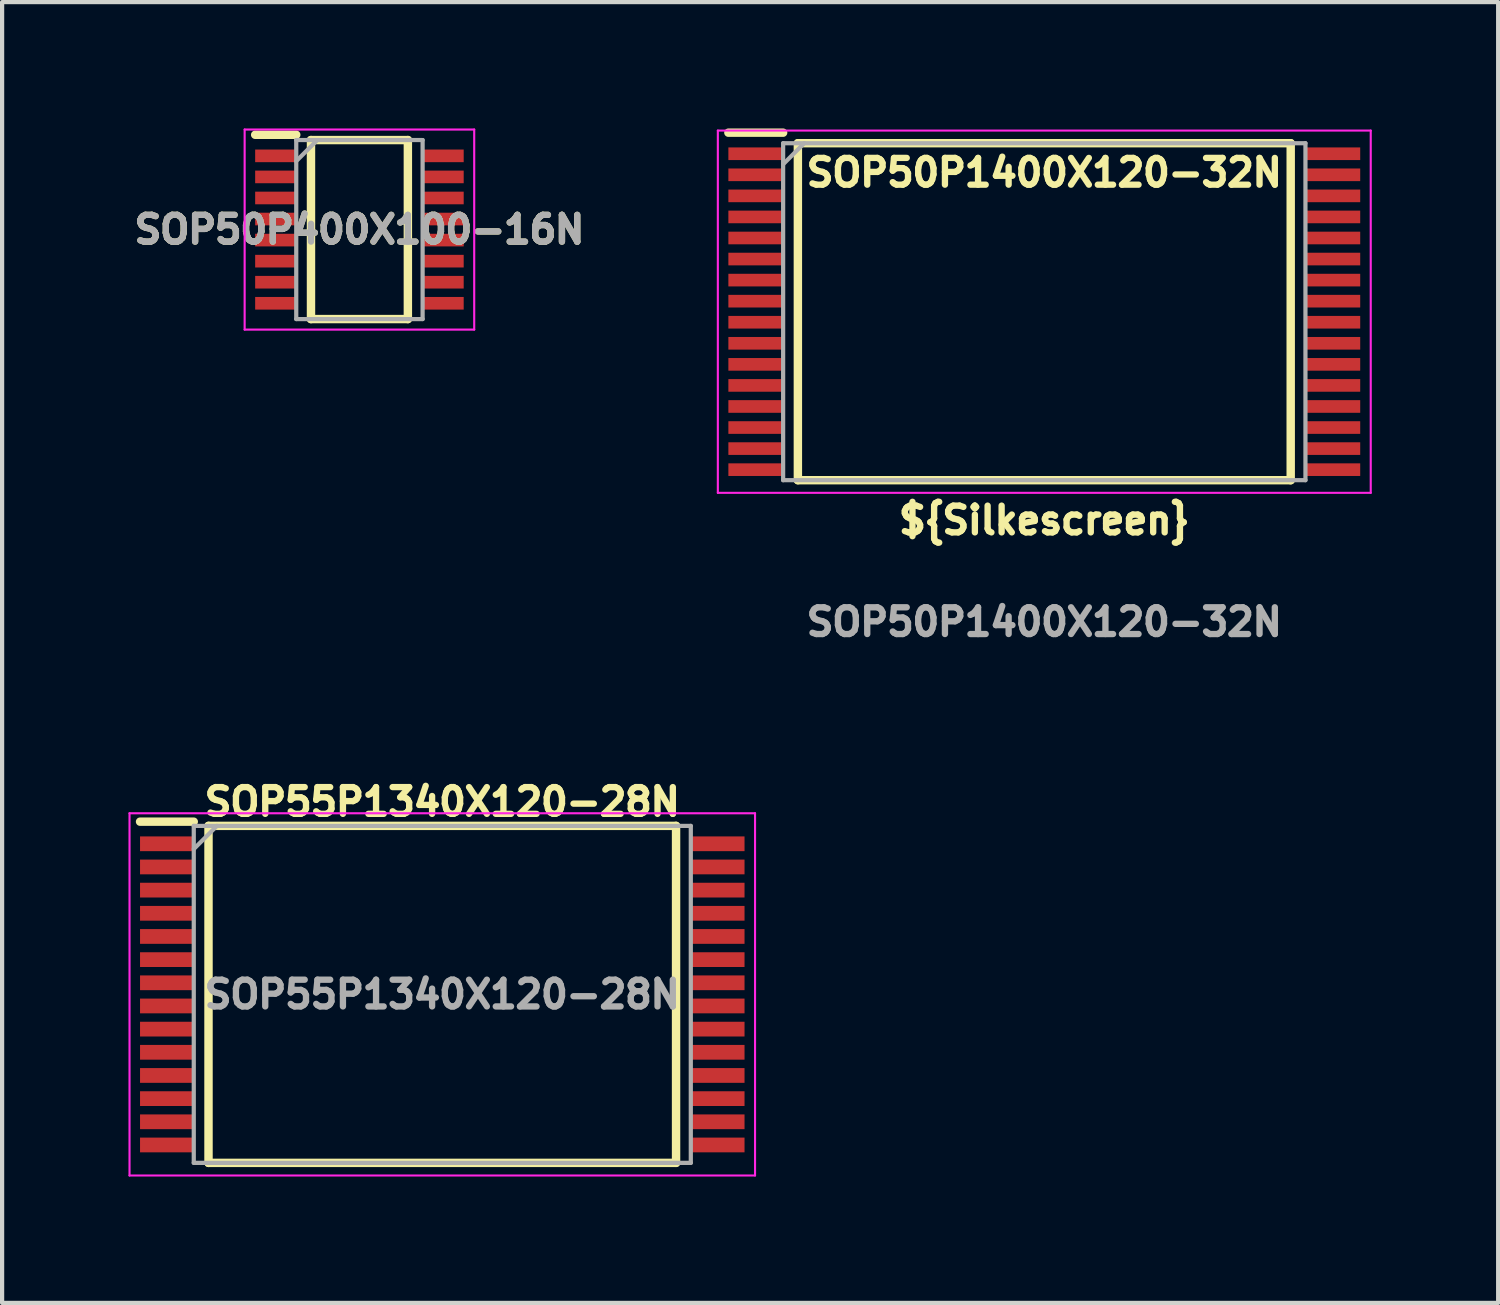
<source format=kicad_pcb>
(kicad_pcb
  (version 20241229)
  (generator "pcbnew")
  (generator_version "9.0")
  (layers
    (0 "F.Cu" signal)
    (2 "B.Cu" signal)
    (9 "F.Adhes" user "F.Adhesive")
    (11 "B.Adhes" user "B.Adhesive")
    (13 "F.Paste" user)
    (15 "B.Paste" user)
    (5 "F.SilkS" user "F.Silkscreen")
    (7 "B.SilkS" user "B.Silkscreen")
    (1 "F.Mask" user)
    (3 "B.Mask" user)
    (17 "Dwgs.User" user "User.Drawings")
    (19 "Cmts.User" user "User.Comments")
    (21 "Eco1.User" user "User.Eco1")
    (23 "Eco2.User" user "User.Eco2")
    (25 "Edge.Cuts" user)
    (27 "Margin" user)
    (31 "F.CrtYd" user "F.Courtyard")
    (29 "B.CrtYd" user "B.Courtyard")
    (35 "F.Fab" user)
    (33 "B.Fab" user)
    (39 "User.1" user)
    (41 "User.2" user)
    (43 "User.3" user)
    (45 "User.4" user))
  (footprint "SOP55P1340X120-28N"
    (layer "F.Cu")
    (at 7.45 20.557)
    (property "Reference" "SOP55P1340X120-28N" (at 0 -4.572 0) (layer "F.SilkS") (effects (font (size 0.635 0.635) (thickness 0.15))))
    (attr smd)
    (fp_line (start -7.175 -4.1) (end -5.9 -4.1) (stroke (width 0.2) (type solid)) (layer "F.SilkS"))
    (fp_line (start -5.55 -4) (end 5.55 -4) (stroke (width 0.2) (type solid)) (layer "F.SilkS"))
    (fp_line (start -5.55 4) (end -5.55 -4) (stroke (width 0.2) (type solid)) (layer "F.SilkS"))
    (fp_line (start 5.55 -4) (end 5.55 4) (stroke (width 0.2) (type solid)) (layer "F.SilkS"))
    (fp_line (start 5.55 4) (end -5.55 4) (stroke (width 0.2) (type solid)) (layer "F.SilkS"))
    (fp_line (start -7.425 -4.3) (end 7.425 -4.3) (stroke (width 0.05) (type solid)) (layer "F.CrtYd"))
    (fp_line (start -7.425 4.3) (end -7.425 -4.3) (stroke (width 0.05) (type solid)) (layer "F.CrtYd"))
    (fp_line (start 7.425 -4.3) (end 7.425 4.3) (stroke (width 0.05) (type solid)) (layer "F.CrtYd"))
    (fp_line (start 7.425 4.3) (end -7.425 4.3) (stroke (width 0.05) (type solid)) (layer "F.CrtYd"))
    (fp_line (start -5.9 -4) (end 5.9 -4) (stroke (width 0.1) (type solid)) (layer "F.Fab"))
    (fp_line (start -5.9 -3.45) (end -5.35 -4) (stroke (width 0.1) (type solid)) (layer "F.Fab"))
    (fp_line (start -5.9 4) (end -5.9 -4) (stroke (width 0.1) (type solid)) (layer "F.Fab"))
    (fp_line (start 5.9 -4) (end 5.9 4) (stroke (width 0.1) (type solid)) (layer "F.Fab"))
    (fp_line (start 5.9 4) (end -5.9 4) (stroke (width 0.1) (type solid)) (layer "F.Fab"))
    (fp_text user "${REFERENCE}" (at 0 0 0) (layer "F.Fab") (effects (font (size 0.635 0.635) (thickness 0.15))))
    (pad "1" smd rect (at -6.538 -3.575 90) (size 0.35 1.275) (layers "F.Cu" "F.Mask" "F.Paste"))
    (pad "2" smd rect (at -6.538 -3.025 90) (size 0.35 1.275) (layers "F.Cu" "F.Mask" "F.Paste"))
    (pad "3" smd rect (at -6.538 -2.475 90) (size 0.35 1.275) (layers "F.Cu" "F.Mask" "F.Paste"))
    (pad "4" smd rect (at -6.538 -1.925 90) (size 0.35 1.275) (layers "F.Cu" "F.Mask" "F.Paste"))
    (pad "5" smd rect (at -6.538 -1.375 90) (size 0.35 1.275) (layers "F.Cu" "F.Mask" "F.Paste"))
    (pad "6" smd rect (at -6.538 -0.825 90) (size 0.35 1.275) (layers "F.Cu" "F.Mask" "F.Paste"))
    (pad "7" smd rect (at -6.538 -0.275 90) (size 0.35 1.275) (layers "F.Cu" "F.Mask" "F.Paste"))
    (pad "8" smd rect (at -6.538 0.275 90) (size 0.35 1.275) (layers "F.Cu" "F.Mask" "F.Paste"))
    (pad "9" smd rect (at -6.538 0.825 90) (size 0.35 1.275) (layers "F.Cu" "F.Mask" "F.Paste"))
    (pad "10" smd rect (at -6.538 1.375 90) (size 0.35 1.275) (layers "F.Cu" "F.Mask" "F.Paste"))
    (pad "11" smd rect (at -6.538 1.925 90) (size 0.35 1.275) (layers "F.Cu" "F.Mask" "F.Paste"))
    (pad "12" smd rect (at -6.538 2.475 90) (size 0.35 1.275) (layers "F.Cu" "F.Mask" "F.Paste"))
    (pad "13" smd rect (at -6.538 3.025 90) (size 0.35 1.275) (layers "F.Cu" "F.Mask" "F.Paste"))
    (pad "14" smd rect (at -6.538 3.575 90) (size 0.35 1.275) (layers "F.Cu" "F.Mask" "F.Paste"))
    (pad "15" smd rect (at 6.538 3.575 90) (size 0.35 1.275) (layers "F.Cu" "F.Mask" "F.Paste"))
    (pad "16" smd rect (at 6.538 3.025 90) (size 0.35 1.275) (layers "F.Cu" "F.Mask" "F.Paste"))
    (pad "17" smd rect (at 6.538 2.475 90) (size 0.35 1.275) (layers "F.Cu" "F.Mask" "F.Paste"))
    (pad "18" smd rect (at 6.538 1.925 90) (size 0.35 1.275) (layers "F.Cu" "F.Mask" "F.Paste"))
    (pad "19" smd rect (at 6.538 1.375 90) (size 0.35 1.275) (layers "F.Cu" "F.Mask" "F.Paste"))
    (pad "20" smd rect (at 6.538 0.825 90) (size 0.35 1.275) (layers "F.Cu" "F.Mask" "F.Paste"))
    (pad "21" smd rect (at 6.538 0.275 90) (size 0.35 1.275) (layers "F.Cu" "F.Mask" "F.Paste"))
    (pad "22" smd rect (at 6.538 -0.275 90) (size 0.35 1.275) (layers "F.Cu" "F.Mask" "F.Paste"))
    (pad "23" smd rect (at 6.538 -0.825 90) (size 0.35 1.275) (layers "F.Cu" "F.Mask" "F.Paste"))
    (pad "24" smd rect (at 6.538 -1.375 90) (size 0.35 1.275) (layers "F.Cu" "F.Mask" "F.Paste"))
    (pad "25" smd rect (at 6.538 -1.925 90) (size 0.35 1.275) (layers "F.Cu" "F.Mask" "F.Paste"))
    (pad "26" smd rect (at 6.538 -2.475 90) (size 0.35 1.275) (layers "F.Cu" "F.Mask" "F.Paste"))
    (pad "27" smd rect (at 6.538 -3.025 90) (size 0.35 1.275) (layers "F.Cu" "F.Mask" "F.Paste"))
    (pad "28" smd rect (at 6.538 -3.575 90) (size 0.35 1.275) (layers "F.Cu" "F.Mask" "F.Paste")))
  (footprint "SOP50P1400X120-32N"
    (layer "F.Cu")
    (at 21.742 4.35)
    (property "Reference" "SOP50P1400X120-32N" (at 0 -3.302 0) (layer "F.SilkS") (effects (font (size 0.635 0.635) (thickness 0.15) (bold yes))))
    (property "Silkscreen" "${Silkescreen}" (at 0 4.953 0) (layer "F.SilkS") (effects (font (size 0.635 0.635) (thickness 0.15))))
    (attr smd)
    (fp_line (start -7.5 -4.25) (end -6.2 -4.25) (stroke (width 0.2) (type solid)) (layer "F.SilkS"))
    (fp_line (start -5.85 -4) (end 5.85 -4) (stroke (width 0.2) (type solid)) (layer "F.SilkS"))
    (fp_line (start -5.85 4) (end -5.85 -4) (stroke (width 0.2) (type solid)) (layer "F.SilkS"))
    (fp_line (start 5.85 -4) (end 5.85 4) (stroke (width 0.2) (type solid)) (layer "F.SilkS"))
    (fp_line (start 5.85 4) (end -5.85 4) (stroke (width 0.2) (type solid)) (layer "F.SilkS"))
    (fp_line (start -7.75 -4.3) (end 7.75 -4.3) (stroke (width 0.05) (type solid)) (layer "F.CrtYd"))
    (fp_line (start -7.75 4.3) (end -7.75 -4.3) (stroke (width 0.05) (type solid)) (layer "F.CrtYd"))
    (fp_line (start 7.75 -4.3) (end 7.75 4.3) (stroke (width 0.05) (type solid)) (layer "F.CrtYd"))
    (fp_line (start 7.75 4.3) (end -7.75 4.3) (stroke (width 0.05) (type solid)) (layer "F.CrtYd"))
    (fp_line (start -6.2 -4) (end 6.2 -4) (stroke (width 0.1) (type solid)) (layer "F.Fab"))
    (fp_line (start -6.2 -3.5) (end -5.7 -4) (stroke (width 0.1) (type solid)) (layer "F.Fab"))
    (fp_line (start -6.2 4) (end -6.2 -4) (stroke (width 0.1) (type solid)) (layer "F.Fab"))
    (fp_line (start 6.2 -4) (end 6.2 4) (stroke (width 0.1) (type solid)) (layer "F.Fab"))
    (fp_line (start 6.2 4) (end -6.2 4) (stroke (width 0.1) (type solid)) (layer "F.Fab"))
    (fp_text user "${REFERENCE}" (at 0 7.366 0) (layer "F.Fab") (effects (font (size 0.635 0.635) (thickness 0.15) (bold yes))))
    (pad "1" smd rect (at -6.85 -3.75 90) (size 0.3 1.3) (layers "F.Cu" "F.Mask" "F.Paste"))
    (pad "2" smd rect (at -6.85 -3.25 90) (size 0.3 1.3) (layers "F.Cu" "F.Mask" "F.Paste"))
    (pad "3" smd rect (at -6.85 -2.75 90) (size 0.3 1.3) (layers "F.Cu" "F.Mask" "F.Paste"))
    (pad "4" smd rect (at -6.85 -2.25 90) (size 0.3 1.3) (layers "F.Cu" "F.Mask" "F.Paste"))
    (pad "5" smd rect (at -6.85 -1.75 90) (size 0.3 1.3) (layers "F.Cu" "F.Mask" "F.Paste"))
    (pad "6" smd rect (at -6.85 -1.25 90) (size 0.3 1.3) (layers "F.Cu" "F.Mask" "F.Paste"))
    (pad "7" smd rect (at -6.85 -0.75 90) (size 0.3 1.3) (layers "F.Cu" "F.Mask" "F.Paste"))
    (pad "8" smd rect (at -6.85 -0.25 90) (size 0.3 1.3) (layers "F.Cu" "F.Mask" "F.Paste"))
    (pad "9" smd rect (at -6.85 0.25 90) (size 0.3 1.3) (layers "F.Cu" "F.Mask" "F.Paste"))
    (pad "10" smd rect (at -6.85 0.75 90) (size 0.3 1.3) (layers "F.Cu" "F.Mask" "F.Paste"))
    (pad "11" smd rect (at -6.85 1.25 90) (size 0.3 1.3) (layers "F.Cu" "F.Mask" "F.Paste"))
    (pad "12" smd rect (at -6.85 1.75 90) (size 0.3 1.3) (layers "F.Cu" "F.Mask" "F.Paste"))
    (pad "13" smd rect (at -6.85 2.25 90) (size 0.3 1.3) (layers "F.Cu" "F.Mask" "F.Paste"))
    (pad "14" smd rect (at -6.85 2.75 90) (size 0.3 1.3) (layers "F.Cu" "F.Mask" "F.Paste"))
    (pad "15" smd rect (at -6.85 3.25 90) (size 0.3 1.3) (layers "F.Cu" "F.Mask" "F.Paste"))
    (pad "16" smd rect (at -6.85 3.75 90) (size 0.3 1.3) (layers "F.Cu" "F.Mask" "F.Paste"))
    (pad "17" smd rect (at 6.85 3.75 90) (size 0.3 1.3) (layers "F.Cu" "F.Mask" "F.Paste"))
    (pad "18" smd rect (at 6.85 3.25 90) (size 0.3 1.3) (layers "F.Cu" "F.Mask" "F.Paste"))
    (pad "19" smd rect (at 6.85 2.75 90) (size 0.3 1.3) (layers "F.Cu" "F.Mask" "F.Paste"))
    (pad "20" smd rect (at 6.85 2.25 90) (size 0.3 1.3) (layers "F.Cu" "F.Mask" "F.Paste"))
    (pad "21" smd rect (at 6.85 1.75 90) (size 0.3 1.3) (layers "F.Cu" "F.Mask" "F.Paste"))
    (pad "22" smd rect (at 6.85 1.25 90) (size 0.3 1.3) (layers "F.Cu" "F.Mask" "F.Paste"))
    (pad "23" smd rect (at 6.85 0.75 90) (size 0.3 1.3) (layers "F.Cu" "F.Mask" "F.Paste"))
    (pad "24" smd rect (at 6.85 0.25 90) (size 0.3 1.3) (layers "F.Cu" "F.Mask" "F.Paste"))
    (pad "25" smd rect (at 6.85 -0.25 90) (size 0.3 1.3) (layers "F.Cu" "F.Mask" "F.Paste"))
    (pad "26" smd rect (at 6.85 -0.75 90) (size 0.3 1.3) (layers "F.Cu" "F.Mask" "F.Paste"))
    (pad "27" smd rect (at 6.85 -1.25 90) (size 0.3 1.3) (layers "F.Cu" "F.Mask" "F.Paste"))
    (pad "28" smd rect (at 6.85 -1.75 90) (size 0.3 1.3) (layers "F.Cu" "F.Mask" "F.Paste"))
    (pad "29" smd rect (at 6.85 -2.25 90) (size 0.3 1.3) (layers "F.Cu" "F.Mask" "F.Paste"))
    (pad "30" smd rect (at 6.85 -2.75 90) (size 0.3 1.3) (layers "F.Cu" "F.Mask" "F.Paste"))
    (pad "31" smd rect (at 6.85 -3.25 90) (size 0.3 1.3) (layers "F.Cu" "F.Mask" "F.Paste"))
    (pad "32" smd rect (at 6.85 -3.75 90) (size 0.3 1.3) (layers "F.Cu" "F.Mask" "F.Paste")))
  (footprint "SOP50P400X100-16N"
    (layer "F.Cu")
    (at 5.483 2.4)
    (property "Reference" "SOP50P400X100-16N" (at 0 0 0) (layer "F.SilkS") (effects (font (size 0.635 0.635) (thickness 0.15))))
    (attr smd)
    (fp_line (start -2.475 -2.25) (end -1.5 -2.25) (stroke (width 0.2) (type solid)) (layer "F.SilkS"))
    (fp_line (start -1.15 -2.125) (end 1.15 -2.125) (stroke (width 0.2) (type solid)) (layer "F.SilkS"))
    (fp_line (start -1.15 2.125) (end -1.15 -2.125) (stroke (width 0.2) (type solid)) (layer "F.SilkS"))
    (fp_line (start 1.15 -2.125) (end 1.15 2.125) (stroke (width 0.2) (type solid)) (layer "F.SilkS"))
    (fp_line (start 1.15 2.125) (end -1.15 2.125) (stroke (width 0.2) (type solid)) (layer "F.SilkS"))
    (fp_line (start -2.725 -2.375) (end 2.725 -2.375) (stroke (width 0.05) (type solid)) (layer "F.CrtYd"))
    (fp_line (start -2.725 2.375) (end -2.725 -2.375) (stroke (width 0.05) (type solid)) (layer "F.CrtYd"))
    (fp_line (start 2.725 -2.375) (end 2.725 2.375) (stroke (width 0.05) (type solid)) (layer "F.CrtYd"))
    (fp_line (start 2.725 2.375) (end -2.725 2.375) (stroke (width 0.05) (type solid)) (layer "F.CrtYd"))
    (fp_line (start -1.5 -2.125) (end 1.5 -2.125) (stroke (width 0.1) (type solid)) (layer "F.Fab"))
    (fp_line (start -1.5 -1.625) (end -1 -2.125) (stroke (width 0.1) (type solid)) (layer "F.Fab"))
    (fp_line (start -1.5 2.125) (end -1.5 -2.125) (stroke (width 0.1) (type solid)) (layer "F.Fab"))
    (fp_line (start 1.5 -2.125) (end 1.5 2.125) (stroke (width 0.1) (type solid)) (layer "F.Fab"))
    (fp_line (start 1.5 2.125) (end -1.5 2.125) (stroke (width 0.1) (type solid)) (layer "F.Fab"))
    (fp_text user "${REFERENCE}" (at 0 0 0) (layer "F.Fab") (effects (font (size 0.635 0.635) (thickness 0.15))))
    (pad "1" smd rect (at -1.988 -1.75 90) (size 0.3 0.975) (layers "F.Cu" "F.Mask" "F.Paste"))
    (pad "2" smd rect (at -1.988 -1.25 90) (size 0.3 0.975) (layers "F.Cu" "F.Mask" "F.Paste"))
    (pad "3" smd rect (at -1.988 -0.75 90) (size 0.3 0.975) (layers "F.Cu" "F.Mask" "F.Paste"))
    (pad "4" smd rect (at -1.988 -0.25 90) (size 0.3 0.975) (layers "F.Cu" "F.Mask" "F.Paste"))
    (pad "5" smd rect (at -1.988 0.25 90) (size 0.3 0.975) (layers "F.Cu" "F.Mask" "F.Paste"))
    (pad "6" smd rect (at -1.988 0.75 90) (size 0.3 0.975) (layers "F.Cu" "F.Mask" "F.Paste"))
    (pad "7" smd rect (at -1.988 1.25 90) (size 0.3 0.975) (layers "F.Cu" "F.Mask" "F.Paste"))
    (pad "8" smd rect (at -1.988 1.75 90) (size 0.3 0.975) (layers "F.Cu" "F.Mask" "F.Paste"))
    (pad "9" smd rect (at 1.988 1.75 90) (size 0.3 0.975) (layers "F.Cu" "F.Mask" "F.Paste"))
    (pad "10" smd rect (at 1.988 1.25 90) (size 0.3 0.975) (layers "F.Cu" "F.Mask" "F.Paste"))
    (pad "11" smd rect (at 1.988 0.75 90) (size 0.3 0.975) (layers "F.Cu" "F.Mask" "F.Paste"))
    (pad "12" smd rect (at 1.988 0.25 90) (size 0.3 0.975) (layers "F.Cu" "F.Mask" "F.Paste"))
    (pad "13" smd rect (at 1.988 -0.25 90) (size 0.3 0.975) (layers "F.Cu" "F.Mask" "F.Paste"))
    (pad "14" smd rect (at 1.988 -0.75 90) (size 0.3 0.975) (layers "F.Cu" "F.Mask" "F.Paste"))
    (pad "15" smd rect (at 1.988 -1.25 90) (size 0.3 0.975) (layers "F.Cu" "F.Mask" "F.Paste"))
    (pad "16" smd rect (at 1.988 -1.75 90) (size 0.3 0.975) (layers "F.Cu" "F.Mask" "F.Paste")))
  (gr_rect
    (start -3 -3)
    (end 32.517 27.882)
    (stroke (width 0.1) (type default))
    (fill no)
    (layer "Edge.Cuts")))
</source>
